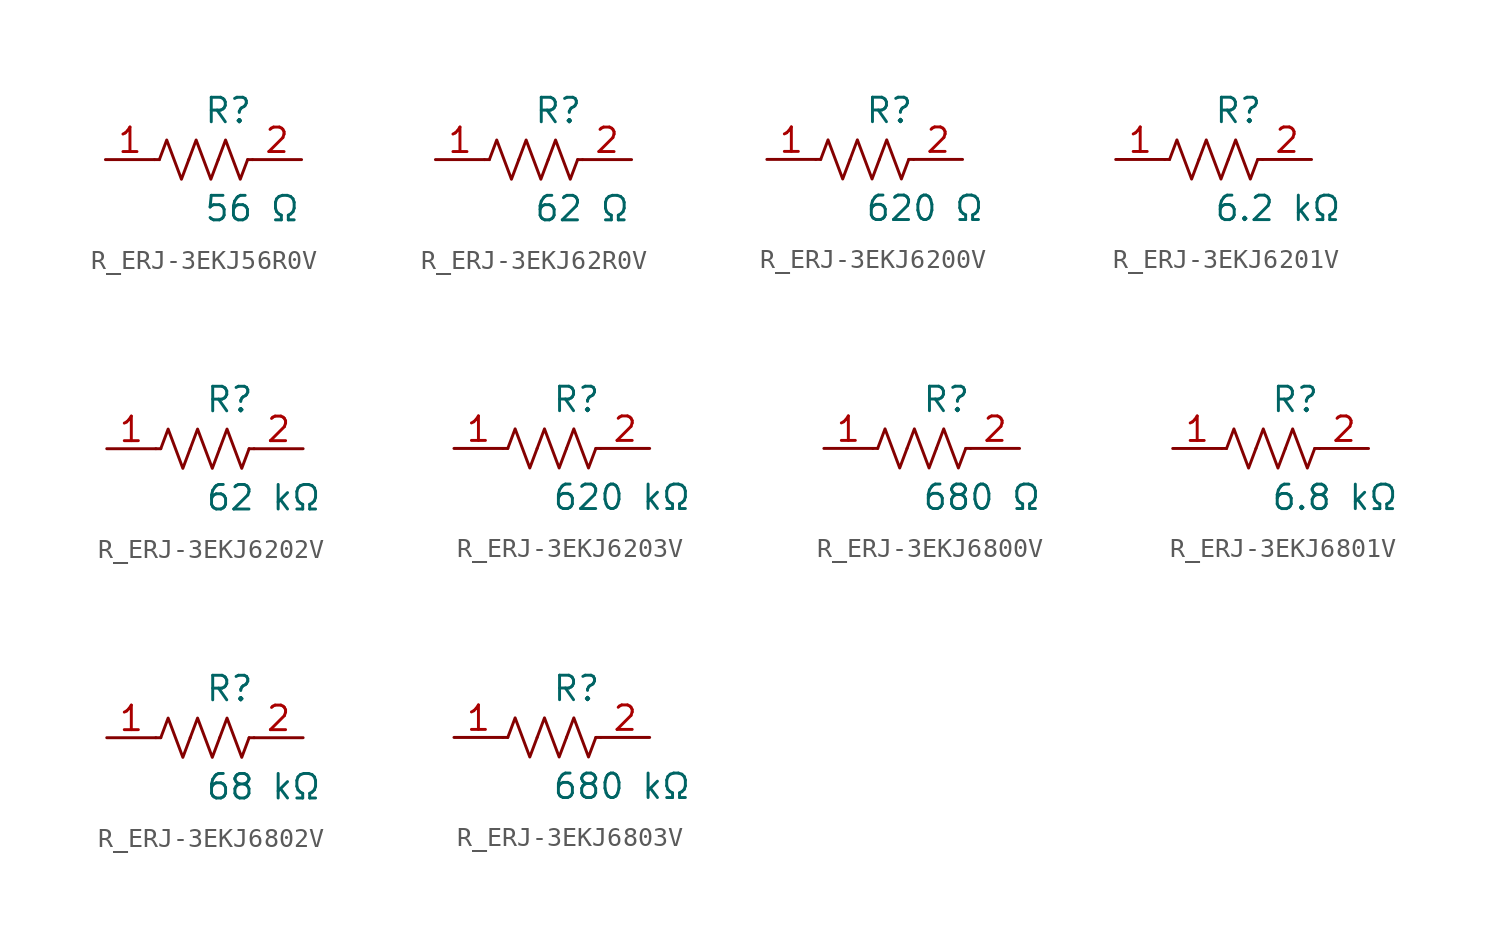
<source format=kicad_sym>
(kicad_symbol_lib
  (version 20231120)
  (generator "kicad_symbol_editor")
  (generator_version "8.0")
  (symbol "R_ERJ-3EKJ56R0V"
    (pin_names
      (offset 0.254))
    (property "Reference" "R"
      (at 0 2.54 0)
      (effects (font (size 1.27 1.27)) (justify left)))
    (property "Value" "56 Ω"
      (at 0 -2.54 0)
      (effects (font (size 1.27 1.27)) (justify left)))
    (symbol "R_ERJ-3EKJ56R0V_0_1"
      (polyline (pts (xy 2.286 0) (xy 2.54 0)) (stroke (width 0) (type default)) (fill (type none)))
      (polyline (pts (xy -2.286 0) (xy -2.54 0)) (stroke (width 0) (type default)) (fill (type none)))
      (polyline (pts (xy 0.762 0) (xy 1.143 1.016) (xy 1.524 0) (xy 1.905 -1.016) (xy 2.286 0)) (stroke (width 0) (type default)) (fill (type none)))
      (polyline (pts (xy -0.762 0) (xy -0.381 1.016) (xy 0 0) (xy 0.381 -1.016) (xy 0.762 0)) (stroke (width 0) (type default)) (fill (type none)))
      (polyline (pts (xy -2.286 0) (xy -1.905 1.016) (xy -1.524 0) (xy -1.143 -1.016) (xy -0.762 0)) (stroke (width 0) (type default)) (fill (type none))))
    (pin unspecified line
      (at -5.08 0 0)
      (length 2.54)
      (name "" (effects (font (size 1.27 1.27))))
      (number "1" (effects (font (size 1.27 1.27)))))
    (pin unspecified line
      (at 5.08 0 180)
      (length 2.54)
      (name "" (effects (font (size 1.27 1.27))))
      (number "2" (effects (font (size 1.27 1.27))))))
  (symbol "R_ERJ-3EKJ62R0V"
    (pin_names
      (offset 0.254))
    (property "Reference" "R"
      (at 0 2.54 0)
      (effects (font (size 1.27 1.27)) (justify left)))
    (property "Value" "62 Ω"
      (at 0 -2.54 0)
      (effects (font (size 1.27 1.27)) (justify left)))
    (symbol "R_ERJ-3EKJ62R0V_0_1"
      (polyline (pts (xy 2.286 0) (xy 2.54 0)) (stroke (width 0) (type default)) (fill (type none)))
      (polyline (pts (xy -2.286 0) (xy -2.54 0)) (stroke (width 0) (type default)) (fill (type none)))
      (polyline (pts (xy 0.762 0) (xy 1.143 1.016) (xy 1.524 0) (xy 1.905 -1.016) (xy 2.286 0)) (stroke (width 0) (type default)) (fill (type none)))
      (polyline (pts (xy -0.762 0) (xy -0.381 1.016) (xy 0 0) (xy 0.381 -1.016) (xy 0.762 0)) (stroke (width 0) (type default)) (fill (type none)))
      (polyline (pts (xy -2.286 0) (xy -1.905 1.016) (xy -1.524 0) (xy -1.143 -1.016) (xy -0.762 0)) (stroke (width 0) (type default)) (fill (type none))))
    (pin unspecified line
      (at -5.08 0 0)
      (length 2.54)
      (name "" (effects (font (size 1.27 1.27))))
      (number "1" (effects (font (size 1.27 1.27)))))
    (pin unspecified line
      (at 5.08 0 180)
      (length 2.54)
      (name "" (effects (font (size 1.27 1.27))))
      (number "2" (effects (font (size 1.27 1.27))))))
  (symbol "R_ERJ-3EKJ6200V"
    (pin_names
      (offset 0.254))
    (property "Reference" "R"
      (at 0 2.54 0)
      (effects (font (size 1.27 1.27)) (justify left)))
    (property "Value" "620 Ω"
      (at 0 -2.54 0)
      (effects (font (size 1.27 1.27)) (justify left)))
    (symbol "R_ERJ-3EKJ6200V_0_1"
      (polyline (pts (xy 2.286 0) (xy 2.54 0)) (stroke (width 0) (type default)) (fill (type none)))
      (polyline (pts (xy -2.286 0) (xy -2.54 0)) (stroke (width 0) (type default)) (fill (type none)))
      (polyline (pts (xy 0.762 0) (xy 1.143 1.016) (xy 1.524 0) (xy 1.905 -1.016) (xy 2.286 0)) (stroke (width 0) (type default)) (fill (type none)))
      (polyline (pts (xy -0.762 0) (xy -0.381 1.016) (xy 0 0) (xy 0.381 -1.016) (xy 0.762 0)) (stroke (width 0) (type default)) (fill (type none)))
      (polyline (pts (xy -2.286 0) (xy -1.905 1.016) (xy -1.524 0) (xy -1.143 -1.016) (xy -0.762 0)) (stroke (width 0) (type default)) (fill (type none))))
    (pin unspecified line
      (at -5.08 0 0)
      (length 2.54)
      (name "" (effects (font (size 1.27 1.27))))
      (number "1" (effects (font (size 1.27 1.27)))))
    (pin unspecified line
      (at 5.08 0 180)
      (length 2.54)
      (name "" (effects (font (size 1.27 1.27))))
      (number "2" (effects (font (size 1.27 1.27))))))
  (symbol "R_ERJ-3EKJ6201V"
    (pin_names
      (offset 0.254))
    (property "Reference" "R"
      (at 0 2.54 0)
      (effects (font (size 1.27 1.27)) (justify left)))
    (property "Value" "6.2 kΩ"
      (at 0 -2.54 0)
      (effects (font (size 1.27 1.27)) (justify left)))
    (symbol "R_ERJ-3EKJ6201V_0_1"
      (polyline (pts (xy 2.286 0) (xy 2.54 0)) (stroke (width 0) (type default)) (fill (type none)))
      (polyline (pts (xy -2.286 0) (xy -2.54 0)) (stroke (width 0) (type default)) (fill (type none)))
      (polyline (pts (xy 0.762 0) (xy 1.143 1.016) (xy 1.524 0) (xy 1.905 -1.016) (xy 2.286 0)) (stroke (width 0) (type default)) (fill (type none)))
      (polyline (pts (xy -0.762 0) (xy -0.381 1.016) (xy 0 0) (xy 0.381 -1.016) (xy 0.762 0)) (stroke (width 0) (type default)) (fill (type none)))
      (polyline (pts (xy -2.286 0) (xy -1.905 1.016) (xy -1.524 0) (xy -1.143 -1.016) (xy -0.762 0)) (stroke (width 0) (type default)) (fill (type none))))
    (pin unspecified line
      (at -5.08 0 0)
      (length 2.54)
      (name "" (effects (font (size 1.27 1.27))))
      (number "1" (effects (font (size 1.27 1.27)))))
    (pin unspecified line
      (at 5.08 0 180)
      (length 2.54)
      (name "" (effects (font (size 1.27 1.27))))
      (number "2" (effects (font (size 1.27 1.27))))))
  (symbol "R_ERJ-3EKJ6202V"
    (pin_names
      (offset 0.254))
    (property "Reference" "R"
      (at 0 2.54 0)
      (effects (font (size 1.27 1.27)) (justify left)))
    (property "Value" "62 kΩ"
      (at 0 -2.54 0)
      (effects (font (size 1.27 1.27)) (justify left)))
    (symbol "R_ERJ-3EKJ6202V_0_1"
      (polyline (pts (xy 2.286 0) (xy 2.54 0)) (stroke (width 0) (type default)) (fill (type none)))
      (polyline (pts (xy -2.286 0) (xy -2.54 0)) (stroke (width 0) (type default)) (fill (type none)))
      (polyline (pts (xy 0.762 0) (xy 1.143 1.016) (xy 1.524 0) (xy 1.905 -1.016) (xy 2.286 0)) (stroke (width 0) (type default)) (fill (type none)))
      (polyline (pts (xy -0.762 0) (xy -0.381 1.016) (xy 0 0) (xy 0.381 -1.016) (xy 0.762 0)) (stroke (width 0) (type default)) (fill (type none)))
      (polyline (pts (xy -2.286 0) (xy -1.905 1.016) (xy -1.524 0) (xy -1.143 -1.016) (xy -0.762 0)) (stroke (width 0) (type default)) (fill (type none))))
    (pin unspecified line
      (at -5.08 0 0)
      (length 2.54)
      (name "" (effects (font (size 1.27 1.27))))
      (number "1" (effects (font (size 1.27 1.27)))))
    (pin unspecified line
      (at 5.08 0 180)
      (length 2.54)
      (name "" (effects (font (size 1.27 1.27))))
      (number "2" (effects (font (size 1.27 1.27))))))
  (symbol "R_ERJ-3EKJ6203V"
    (pin_names
      (offset 0.254))
    (property "Reference" "R"
      (at 0 2.54 0)
      (effects (font (size 1.27 1.27)) (justify left)))
    (property "Value" "620 kΩ"
      (at 0 -2.54 0)
      (effects (font (size 1.27 1.27)) (justify left)))
    (symbol "R_ERJ-3EKJ6203V_0_1"
      (polyline (pts (xy 2.286 0) (xy 2.54 0)) (stroke (width 0) (type default)) (fill (type none)))
      (polyline (pts (xy -2.286 0) (xy -2.54 0)) (stroke (width 0) (type default)) (fill (type none)))
      (polyline (pts (xy 0.762 0) (xy 1.143 1.016) (xy 1.524 0) (xy 1.905 -1.016) (xy 2.286 0)) (stroke (width 0) (type default)) (fill (type none)))
      (polyline (pts (xy -0.762 0) (xy -0.381 1.016) (xy 0 0) (xy 0.381 -1.016) (xy 0.762 0)) (stroke (width 0) (type default)) (fill (type none)))
      (polyline (pts (xy -2.286 0) (xy -1.905 1.016) (xy -1.524 0) (xy -1.143 -1.016) (xy -0.762 0)) (stroke (width 0) (type default)) (fill (type none))))
    (pin unspecified line
      (at -5.08 0 0)
      (length 2.54)
      (name "" (effects (font (size 1.27 1.27))))
      (number "1" (effects (font (size 1.27 1.27)))))
    (pin unspecified line
      (at 5.08 0 180)
      (length 2.54)
      (name "" (effects (font (size 1.27 1.27))))
      (number "2" (effects (font (size 1.27 1.27))))))
  (symbol "R_ERJ-3EKJ6800V"
    (pin_names
      (offset 0.254))
    (property "Reference" "R"
      (at 0 2.54 0)
      (effects (font (size 1.27 1.27)) (justify left)))
    (property "Value" "680 Ω"
      (at 0 -2.54 0)
      (effects (font (size 1.27 1.27)) (justify left)))
    (symbol "R_ERJ-3EKJ6800V_0_1"
      (polyline (pts (xy 2.286 0) (xy 2.54 0)) (stroke (width 0) (type default)) (fill (type none)))
      (polyline (pts (xy -2.286 0) (xy -2.54 0)) (stroke (width 0) (type default)) (fill (type none)))
      (polyline (pts (xy 0.762 0) (xy 1.143 1.016) (xy 1.524 0) (xy 1.905 -1.016) (xy 2.286 0)) (stroke (width 0) (type default)) (fill (type none)))
      (polyline (pts (xy -0.762 0) (xy -0.381 1.016) (xy 0 0) (xy 0.381 -1.016) (xy 0.762 0)) (stroke (width 0) (type default)) (fill (type none)))
      (polyline (pts (xy -2.286 0) (xy -1.905 1.016) (xy -1.524 0) (xy -1.143 -1.016) (xy -0.762 0)) (stroke (width 0) (type default)) (fill (type none))))
    (pin unspecified line
      (at -5.08 0 0)
      (length 2.54)
      (name "" (effects (font (size 1.27 1.27))))
      (number "1" (effects (font (size 1.27 1.27)))))
    (pin unspecified line
      (at 5.08 0 180)
      (length 2.54)
      (name "" (effects (font (size 1.27 1.27))))
      (number "2" (effects (font (size 1.27 1.27))))))
  (symbol "R_ERJ-3EKJ6801V"
    (pin_names
      (offset 0.254))
    (property "Reference" "R"
      (at 0 2.54 0)
      (effects (font (size 1.27 1.27)) (justify left)))
    (property "Value" "6.8 kΩ"
      (at 0 -2.54 0)
      (effects (font (size 1.27 1.27)) (justify left)))
    (symbol "R_ERJ-3EKJ6801V_0_1"
      (polyline (pts (xy 2.286 0) (xy 2.54 0)) (stroke (width 0) (type default)) (fill (type none)))
      (polyline (pts (xy -2.286 0) (xy -2.54 0)) (stroke (width 0) (type default)) (fill (type none)))
      (polyline (pts (xy 0.762 0) (xy 1.143 1.016) (xy 1.524 0) (xy 1.905 -1.016) (xy 2.286 0)) (stroke (width 0) (type default)) (fill (type none)))
      (polyline (pts (xy -0.762 0) (xy -0.381 1.016) (xy 0 0) (xy 0.381 -1.016) (xy 0.762 0)) (stroke (width 0) (type default)) (fill (type none)))
      (polyline (pts (xy -2.286 0) (xy -1.905 1.016) (xy -1.524 0) (xy -1.143 -1.016) (xy -0.762 0)) (stroke (width 0) (type default)) (fill (type none))))
    (pin unspecified line
      (at -5.08 0 0)
      (length 2.54)
      (name "" (effects (font (size 1.27 1.27))))
      (number "1" (effects (font (size 1.27 1.27)))))
    (pin unspecified line
      (at 5.08 0 180)
      (length 2.54)
      (name "" (effects (font (size 1.27 1.27))))
      (number "2" (effects (font (size 1.27 1.27))))))
  (symbol "R_ERJ-3EKJ6802V"
    (pin_names
      (offset 0.254))
    (property "Reference" "R"
      (at 0 2.54 0)
      (effects (font (size 1.27 1.27)) (justify left)))
    (property "Value" "68 kΩ"
      (at 0 -2.54 0)
      (effects (font (size 1.27 1.27)) (justify left)))
    (symbol "R_ERJ-3EKJ6802V_0_1"
      (polyline (pts (xy 2.286 0) (xy 2.54 0)) (stroke (width 0) (type default)) (fill (type none)))
      (polyline (pts (xy -2.286 0) (xy -2.54 0)) (stroke (width 0) (type default)) (fill (type none)))
      (polyline (pts (xy 0.762 0) (xy 1.143 1.016) (xy 1.524 0) (xy 1.905 -1.016) (xy 2.286 0)) (stroke (width 0) (type default)) (fill (type none)))
      (polyline (pts (xy -0.762 0) (xy -0.381 1.016) (xy 0 0) (xy 0.381 -1.016) (xy 0.762 0)) (stroke (width 0) (type default)) (fill (type none)))
      (polyline (pts (xy -2.286 0) (xy -1.905 1.016) (xy -1.524 0) (xy -1.143 -1.016) (xy -0.762 0)) (stroke (width 0) (type default)) (fill (type none))))
    (pin unspecified line
      (at -5.08 0 0)
      (length 2.54)
      (name "" (effects (font (size 1.27 1.27))))
      (number "1" (effects (font (size 1.27 1.27)))))
    (pin unspecified line
      (at 5.08 0 180)
      (length 2.54)
      (name "" (effects (font (size 1.27 1.27))))
      (number "2" (effects (font (size 1.27 1.27))))))
  (symbol "R_ERJ-3EKJ6803V"
    (pin_names
      (offset 0.254))
    (property "Reference" "R"
      (at 0 2.54 0)
      (effects (font (size 1.27 1.27)) (justify left)))
    (property "Value" "680 kΩ"
      (at 0 -2.54 0)
      (effects (font (size 1.27 1.27)) (justify left)))
    (symbol "R_ERJ-3EKJ6803V_0_1"
      (polyline (pts (xy 2.286 0) (xy 2.54 0)) (stroke (width 0) (type default)) (fill (type none)))
      (polyline (pts (xy -2.286 0) (xy -2.54 0)) (stroke (width 0) (type default)) (fill (type none)))
      (polyline (pts (xy 0.762 0) (xy 1.143 1.016) (xy 1.524 0) (xy 1.905 -1.016) (xy 2.286 0)) (stroke (width 0) (type default)) (fill (type none)))
      (polyline (pts (xy -0.762 0) (xy -0.381 1.016) (xy 0 0) (xy 0.381 -1.016) (xy 0.762 0)) (stroke (width 0) (type default)) (fill (type none)))
      (polyline (pts (xy -2.286 0) (xy -1.905 1.016) (xy -1.524 0) (xy -1.143 -1.016) (xy -0.762 0)) (stroke (width 0) (type default)) (fill (type none))))
    (pin unspecified line
      (at -5.08 0 0)
      (length 2.54)
      (name "" (effects (font (size 1.27 1.27))))
      (number "1" (effects (font (size 1.27 1.27)))))
    (pin unspecified line
      (at 5.08 0 180)
      (length 2.54)
      (name "" (effects (font (size 1.27 1.27))))
      (number "2" (effects (font (size 1.27 1.27)))))))
</source>
